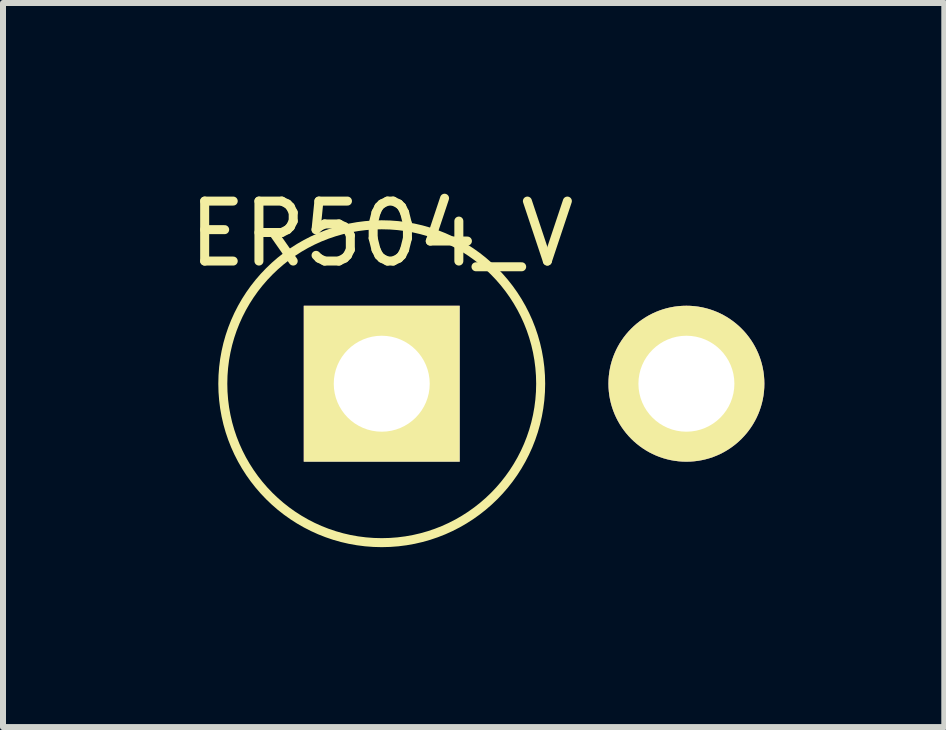
<source format=kicad_pcb>
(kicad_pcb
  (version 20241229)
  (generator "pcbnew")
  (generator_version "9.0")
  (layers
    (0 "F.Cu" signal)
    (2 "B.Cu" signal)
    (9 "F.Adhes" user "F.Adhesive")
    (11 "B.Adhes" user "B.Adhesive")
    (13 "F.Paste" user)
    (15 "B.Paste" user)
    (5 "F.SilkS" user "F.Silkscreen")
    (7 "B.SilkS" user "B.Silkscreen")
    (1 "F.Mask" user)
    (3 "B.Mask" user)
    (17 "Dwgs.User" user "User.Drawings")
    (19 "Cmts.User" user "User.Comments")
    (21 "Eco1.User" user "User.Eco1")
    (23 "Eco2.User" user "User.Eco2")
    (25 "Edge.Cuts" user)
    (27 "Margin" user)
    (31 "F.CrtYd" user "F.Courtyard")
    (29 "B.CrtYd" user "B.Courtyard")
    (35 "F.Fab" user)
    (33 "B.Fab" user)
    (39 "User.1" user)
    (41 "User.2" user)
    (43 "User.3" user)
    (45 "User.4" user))
  (footprint "ER504_V"
    (layer "F.Cu")
    (at 3.315 3.348)
    (property "Reference" "ER504_V" (at 0 -2.5 0) (layer "F.SilkS") (effects (font (size 1 1) (thickness 0.15))))
    (attr through_hole)
    (fp_circle (center 0 0) (end 0 -2.65) (stroke (width 0.15) (type solid)) (fill no) (layer "F.SilkS"))
    (pad "1" thru_hole rect (at 0 0) (size 2.6 2.6) (drill 1.6) (layers "*.Cu" "*.Mask" "F.SilkS"))
    (pad "2" thru_hole circle (at 5.08 0) (size 2.6 2.6) (drill 1.6) (layers "*.Cu" "*.Mask" "F.SilkS")))
  (gr_rect
    (start -3 -3)
    (end 12.695 9.073)
    (stroke (width 0.1) (type default))
    (fill no)
    (layer "Edge.Cuts")))
</source>
